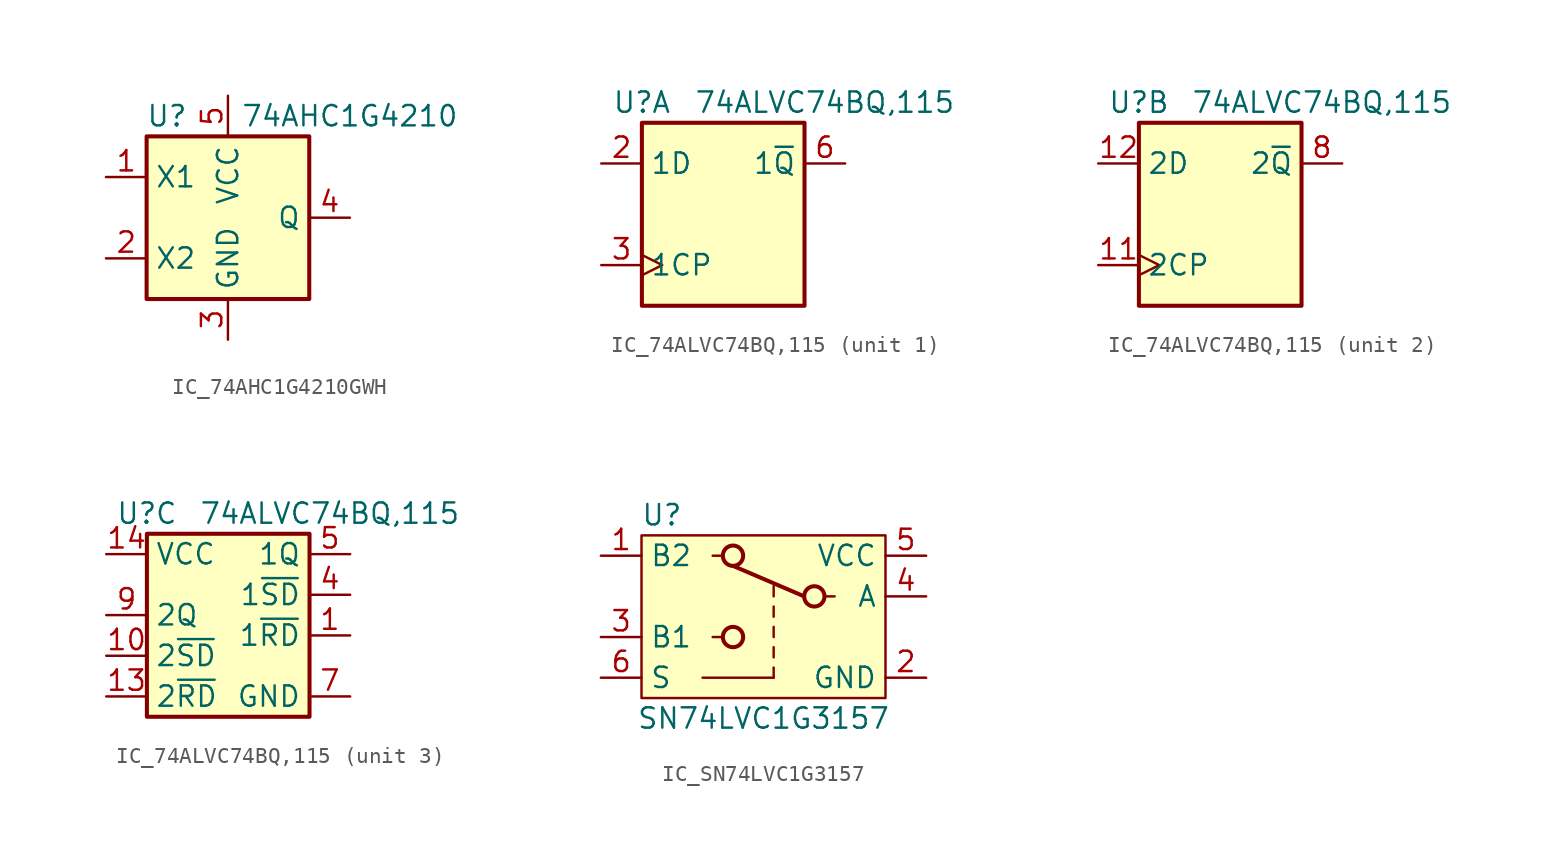
<source format=kicad_sym>
(kicad_symbol_lib
  (version 20220914)
  (generator kicad_symbol_editor)
  (symbol "IC_74AHC1G4210GWH"
    (property "Reference" "U"
      (at -3.81 6.35 0)
      (effects (font (size 1.27 1.27))))
    (property "Value" "74AHC1G4210"
      (at 7.62 6.35 0)
      (effects (font (size 1.27 1.27))))
    (symbol "IC_74AHC1G4210GWH_0_1"
      (rectangle (start -5.08 5.08) (end 5.08 -5.08) (stroke (width 0.254) (type default)) (fill (type background))))
    (symbol "IC_74AHC1G4210GWH_1_1"
      (pin input line (at -7.62 2.54 0) (length 2.54) (name "X1" (effects (font (size 1.27 1.27)))) (number "1" (effects (font (size 1.27 1.27)))))
      (pin input line (at -7.62 -2.54 0) (length 2.54) (name "X2" (effects (font (size 1.27 1.27)))) (number "2" (effects (font (size 1.27 1.27)))))
      (pin power_in line (at 0 -7.62 90) (length 2.54) (name "GND" (effects (font (size 1.27 1.27)))) (number "3" (effects (font (size 1.27 1.27)))))
      (pin output line (at 7.62 0 180) (length 2.54) (name "Q" (effects (font (size 1.27 1.27)))) (number "4" (effects (font (size 1.27 1.27)))))
      (pin power_in line (at 0 7.62 270) (length 2.54) (name "VCC" (effects (font (size 1.27 1.27)))) (number "5" (effects (font (size 1.27 1.27)))))))
  (symbol "IC_74ALVC74BQ,115"
    (property "Reference" "U"
      (at 0 1.27 0)
      (effects (font (size 1.27 1.27))))
    (property "Value" "74ALVC74BQ,115"
      (at 11.43 1.27 0)
      (effects (font (size 1.27 1.27))))
    (property "ki_locked" ""
      (at 0 0 0)
      (effects (font (size 1.27 1.27))))
    (symbol "IC_74ALVC74BQ,115_0_1"
      (rectangle (start 0 0) (end 10.16 -11.43) (stroke (width 0.254) (type default)) (fill (type background))))
    (symbol "IC_74ALVC74BQ,115_1_1"
      (pin input line (at -2.54 -2.54 0) (length 2.54) (name "1D" (effects (font (size 1.27 1.27)))) (number "2" (effects (font (size 1.27 1.27)))))
      (pin input clock (at -2.54 -8.89 0) (length 2.54) (name "1CP" (effects (font (size 1.27 1.27)))) (number "3" (effects (font (size 1.27 1.27)))))
      (pin output line (at 12.7 -2.54 180) (length 2.54) (name "1~{Q}" (effects (font (size 1.27 1.27)))) (number "6" (effects (font (size 1.27 1.27))))))
    (symbol "IC_74ALVC74BQ,115_2_1"
      (pin input clock (at -2.54 -8.89 0) (length 2.54) (name "2CP" (effects (font (size 1.27 1.27)))) (number "11" (effects (font (size 1.27 1.27)))))
      (pin input line (at -2.54 -2.54 0) (length 2.54) (name "2D" (effects (font (size 1.27 1.27)))) (number "12" (effects (font (size 1.27 1.27)))))
      (pin output line (at 12.7 -2.54 180) (length 2.54) (name "2~{Q}" (effects (font (size 1.27 1.27)))) (number "8" (effects (font (size 1.27 1.27))))))
    (symbol "IC_74ALVC74BQ,115_3_1"
      (pin input line (at 12.7 -6.35 180) (length 2.54) (name "1~{RD}" (effects (font (size 1.27 1.27)))) (number "1" (effects (font (size 1.27 1.27)))))
      (pin input line (at -2.54 -7.62 0) (length 2.54) (name "2~{SD}" (effects (font (size 1.27 1.27)))) (number "10" (effects (font (size 1.27 1.27)))))
      (pin input line (at -2.54 -10.16 0) (length 2.54) (name "2~{RD}" (effects (font (size 1.27 1.27)))) (number "13" (effects (font (size 1.27 1.27)))))
      (pin power_in line (at -2.54 -1.27 0) (length 2.54) (name "VCC" (effects (font (size 1.27 1.27)))) (number "14" (effects (font (size 1.27 1.27)))))
      (pin power_in line (at 12.7 -10.16 180) (length 2.54) hide (name "GND" (effects (font (size 1.27 1.27)))) (number "15" (effects (font (size 1.27 1.27)))))
      (pin input line (at 12.7 -3.81 180) (length 2.54) (name "1~{SD}" (effects (font (size 1.27 1.27)))) (number "4" (effects (font (size 1.27 1.27)))))
      (pin output line (at 12.7 -1.27 180) (length 2.54) (name "1Q" (effects (font (size 1.27 1.27)))) (number "5" (effects (font (size 1.27 1.27)))))
      (pin power_in line (at 12.7 -10.16 180) (length 2.54) (name "GND" (effects (font (size 1.27 1.27)))) (number "7" (effects (font (size 1.27 1.27)))))
      (pin output line (at -2.54 -5.08 0) (length 2.54) (name "2Q" (effects (font (size 1.27 1.27)))) (number "9" (effects (font (size 1.27 1.27)))))))
  (symbol "IC_SN74LVC1G3157"
    (property "Reference" "U"
      (at 1.27 1.27 0)
      (effects (font (size 1.27 1.27))))
    (property "Value" "SN74LVC1G3157"
      (at 7.62 -11.43 0)
      (effects (font (size 1.27 1.27))))
    (symbol "IC_SN74LVC1G3157_0_1"
      (polyline (pts (xy 3.81 -8.89) (xy 8.255 -8.89)) (stroke (width 0) (type default)) (fill (type none)))
      (polyline (pts (xy 4.445 -6.35) (xy 5.08 -6.35)) (stroke (width 0) (type default)) (fill (type none)))
      (polyline (pts (xy 4.445 -1.27) (xy 5.08 -1.27)) (stroke (width 0) (type default)) (fill (type none)))
      (polyline (pts (xy 5.715 -1.905) (xy 10.16 -3.81)) (stroke (width 0.254) (type default)) (fill (type none)))
      (polyline (pts (xy 8.255 -8.255) (xy 8.255 -8.89)) (stroke (width 0) (type default)) (fill (type none)))
      (polyline (pts (xy 8.255 -6.985) (xy 8.255 -7.62)) (stroke (width 0) (type default)) (fill (type none)))
      (polyline (pts (xy 8.255 -5.715) (xy 8.255 -6.35)) (stroke (width 0) (type default)) (fill (type none)))
      (polyline (pts (xy 8.255 -4.445) (xy 8.255 -5.08)) (stroke (width 0) (type default)) (fill (type none)))
      (polyline (pts (xy 8.255 -3.175) (xy 8.255 -3.81)) (stroke (width 0) (type default)) (fill (type none)))
      (polyline (pts (xy 12.065 -3.81) (xy 11.43 -3.81)) (stroke (width 0) (type default)) (fill (type none)))
      (rectangle (start 0 0) (end 15.24 -10.16) (stroke (width 0) (type default)) (fill (type background)))
      (circle (center 5.715 -6.35) (radius 0.635) (stroke (width 0.254) (type default)) (fill (type none)))
      (circle (center 5.715 -1.27) (radius 0.635) (stroke (width 0.254) (type default)) (fill (type none)))
      (circle (center 10.795 -3.81) (radius 0.635) (stroke (width 0.254) (type default)) (fill (type none))))
    (symbol "IC_SN74LVC1G3157_1_1"
      (pin bidirectional line (at -2.54 -1.27 0) (length 2.54) (name "B2" (effects (font (size 1.27 1.27)))) (number "1" (effects (font (size 1.27 1.27)))))
      (pin power_in line (at 17.78 -8.89 180) (length 2.54) (name "GND" (effects (font (size 1.27 1.27)))) (number "2" (effects (font (size 1.27 1.27)))))
      (pin bidirectional line (at -2.54 -6.35 0) (length 2.54) (name "B1" (effects (font (size 1.27 1.27)))) (number "3" (effects (font (size 1.27 1.27)))))
      (pin bidirectional line (at 17.78 -3.81 180) (length 2.54) (name "A" (effects (font (size 1.27 1.27)))) (number "4" (effects (font (size 1.27 1.27)))))
      (pin power_in line (at 17.78 -1.27 180) (length 2.54) (name "VCC" (effects (font (size 1.27 1.27)))) (number "5" (effects (font (size 1.27 1.27)))))
      (pin input line (at -2.54 -8.89 0) (length 2.54) (name "S" (effects (font (size 1.27 1.27)))) (number "6" (effects (font (size 1.27 1.27))))))))
</source>
